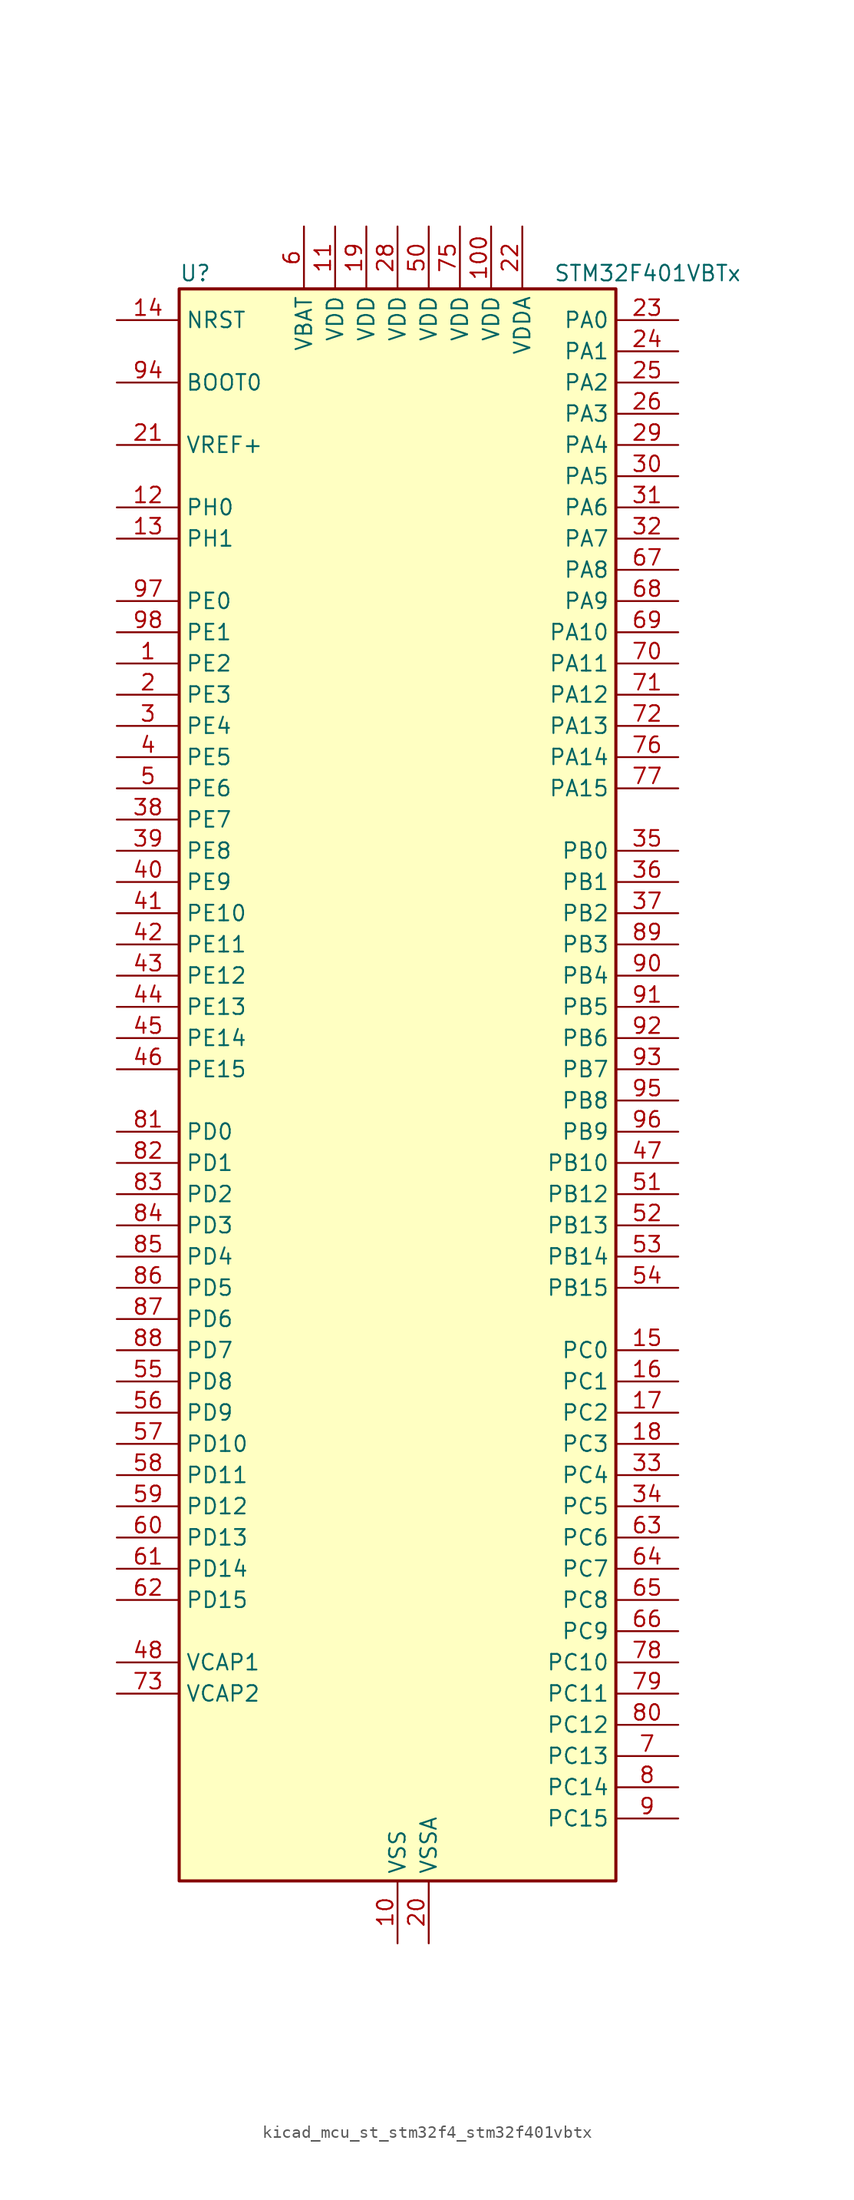
<source format=kicad_sym>
(kicad_symbol_lib
  (version 20220914)
  (generator kicad_symbol_editor)
  (symbol "kicad_mcu_st_stm32f4_stm32f401vbtx"
    (property "Reference" "U"
      (at -17.78 67.31 0)
      (effects (font (size 1.27 1.27)) (justify left)))
    (property "Value" "STM32F401VBTx"
      (at 12.7 67.31 0)
      (effects (font (size 1.27 1.27)) (justify left)))
    (property "ki_locked" ""
      (at 0 0 0)
      (effects (font (size 1.27 1.27))))
    (symbol "kicad_mcu_st_stm32f4_stm32f401vbtx_0_1"
      (rectangle (start -17.78 -63.5) (end 17.78 66.04) (stroke (width 0.254) (type default)) (fill (type background))))
    (symbol "kicad_mcu_st_stm32f4_stm32f401vbtx_1_1"
      (pin bidirectional line (at -22.86 35.56 0) (length 5.08) (name "PE2" (effects (font (size 1.27 1.27)))) (number "1" (effects (font (size 1.27 1.27)))) (alternate "SPI4_SCK" bidirectional line) (alternate "SYS_TRACECLK" bidirectional line))
      (pin power_in line (at 0 -68.58 90) (length 5.08) (name "VSS" (effects (font (size 1.27 1.27)))) (number "10" (effects (font (size 1.27 1.27)))))
      (pin power_in line (at 7.62 71.12 270) (length 5.08) (name "VDD" (effects (font (size 1.27 1.27)))) (number "100" (effects (font (size 1.27 1.27)))))
      (pin power_in line (at -5.08 71.12 270) (length 5.08) (name "VDD" (effects (font (size 1.27 1.27)))) (number "11" (effects (font (size 1.27 1.27)))))
      (pin bidirectional line (at -22.86 48.26 0) (length 5.08) (name "PH0" (effects (font (size 1.27 1.27)))) (number "12" (effects (font (size 1.27 1.27)))) (alternate "RCC_OSC_IN" bidirectional line))
      (pin bidirectional line (at -22.86 45.72 0) (length 5.08) (name "PH1" (effects (font (size 1.27 1.27)))) (number "13" (effects (font (size 1.27 1.27)))) (alternate "RCC_OSC_OUT" bidirectional line))
      (pin input line (at -22.86 63.5 0) (length 5.08) (name "NRST" (effects (font (size 1.27 1.27)))) (number "14" (effects (font (size 1.27 1.27)))))
      (pin bidirectional line (at 22.86 -20.32 180) (length 5.08) (name "PC0" (effects (font (size 1.27 1.27)))) (number "15" (effects (font (size 1.27 1.27)))) (alternate "ADC1_IN10" bidirectional line))
      (pin bidirectional line (at 22.86 -22.86 180) (length 5.08) (name "PC1" (effects (font (size 1.27 1.27)))) (number "16" (effects (font (size 1.27 1.27)))) (alternate "ADC1_IN11" bidirectional line))
      (pin bidirectional line (at 22.86 -25.4 180) (length 5.08) (name "PC2" (effects (font (size 1.27 1.27)))) (number "17" (effects (font (size 1.27 1.27)))) (alternate "ADC1_IN12" bidirectional line) (alternate "I2S2_ext_SD" bidirectional line) (alternate "SPI2_MISO" bidirectional line))
      (pin bidirectional line (at 22.86 -27.94 180) (length 5.08) (name "PC3" (effects (font (size 1.27 1.27)))) (number "18" (effects (font (size 1.27 1.27)))) (alternate "ADC1_IN13" bidirectional line) (alternate "I2S2_SD" bidirectional line) (alternate "SPI2_MOSI" bidirectional line))
      (pin power_in line (at -2.54 71.12 270) (length 5.08) (name "VDD" (effects (font (size 1.27 1.27)))) (number "19" (effects (font (size 1.27 1.27)))))
      (pin bidirectional line (at -22.86 33.02 0) (length 5.08) (name "PE3" (effects (font (size 1.27 1.27)))) (number "2" (effects (font (size 1.27 1.27)))) (alternate "SYS_TRACED0" bidirectional line))
      (pin power_in line (at 2.54 -68.58 90) (length 5.08) (name "VSSA" (effects (font (size 1.27 1.27)))) (number "20" (effects (font (size 1.27 1.27)))))
      (pin input line (at -22.86 53.34 0) (length 5.08) (name "VREF+" (effects (font (size 1.27 1.27)))) (number "21" (effects (font (size 1.27 1.27)))))
      (pin power_in line (at 10.16 71.12 270) (length 5.08) (name "VDDA" (effects (font (size 1.27 1.27)))) (number "22" (effects (font (size 1.27 1.27)))))
      (pin bidirectional line (at 22.86 63.5 180) (length 5.08) (name "PA0" (effects (font (size 1.27 1.27)))) (number "23" (effects (font (size 1.27 1.27)))) (alternate "ADC1_IN0" bidirectional line) (alternate "SYS_WKUP" bidirectional line) (alternate "TIM2_CH1" bidirectional line) (alternate "TIM2_ETR" bidirectional line) (alternate "TIM5_CH1" bidirectional line) (alternate "USART2_CTS" bidirectional line))
      (pin bidirectional line (at 22.86 60.96 180) (length 5.08) (name "PA1" (effects (font (size 1.27 1.27)))) (number "24" (effects (font (size 1.27 1.27)))) (alternate "ADC1_IN1" bidirectional line) (alternate "TIM2_CH2" bidirectional line) (alternate "TIM5_CH2" bidirectional line) (alternate "USART2_RTS" bidirectional line))
      (pin bidirectional line (at 22.86 58.42 180) (length 5.08) (name "PA2" (effects (font (size 1.27 1.27)))) (number "25" (effects (font (size 1.27 1.27)))) (alternate "ADC1_IN2" bidirectional line) (alternate "TIM2_CH3" bidirectional line) (alternate "TIM5_CH3" bidirectional line) (alternate "TIM9_CH1" bidirectional line) (alternate "USART2_TX" bidirectional line))
      (pin bidirectional line (at 22.86 55.88 180) (length 5.08) (name "PA3" (effects (font (size 1.27 1.27)))) (number "26" (effects (font (size 1.27 1.27)))) (alternate "ADC1_IN3" bidirectional line) (alternate "TIM2_CH4" bidirectional line) (alternate "TIM5_CH4" bidirectional line) (alternate "TIM9_CH2" bidirectional line) (alternate "USART2_RX" bidirectional line))
      (pin passive line (at 0 -68.58 90) (length 5.08) hide (name "VSS" (effects (font (size 1.27 1.27)))) (number "27" (effects (font (size 1.27 1.27)))))
      (pin power_in line (at 0 71.12 270) (length 5.08) (name "VDD" (effects (font (size 1.27 1.27)))) (number "28" (effects (font (size 1.27 1.27)))))
      (pin bidirectional line (at 22.86 53.34 180) (length 5.08) (name "PA4" (effects (font (size 1.27 1.27)))) (number "29" (effects (font (size 1.27 1.27)))) (alternate "ADC1_IN4" bidirectional line) (alternate "I2S3_WS" bidirectional line) (alternate "SPI1_NSS" bidirectional line) (alternate "SPI3_NSS" bidirectional line) (alternate "USART2_CK" bidirectional line))
      (pin bidirectional line (at -22.86 30.48 0) (length 5.08) (name "PE4" (effects (font (size 1.27 1.27)))) (number "3" (effects (font (size 1.27 1.27)))) (alternate "SPI4_NSS" bidirectional line) (alternate "SYS_TRACED1" bidirectional line))
      (pin bidirectional line (at 22.86 50.8 180) (length 5.08) (name "PA5" (effects (font (size 1.27 1.27)))) (number "30" (effects (font (size 1.27 1.27)))) (alternate "ADC1_IN5" bidirectional line) (alternate "SPI1_SCK" bidirectional line) (alternate "TIM2_CH1" bidirectional line) (alternate "TIM2_ETR" bidirectional line))
      (pin bidirectional line (at 22.86 48.26 180) (length 5.08) (name "PA6" (effects (font (size 1.27 1.27)))) (number "31" (effects (font (size 1.27 1.27)))) (alternate "ADC1_IN6" bidirectional line) (alternate "SPI1_MISO" bidirectional line) (alternate "TIM1_BKIN" bidirectional line) (alternate "TIM3_CH1" bidirectional line))
      (pin bidirectional line (at 22.86 45.72 180) (length 5.08) (name "PA7" (effects (font (size 1.27 1.27)))) (number "32" (effects (font (size 1.27 1.27)))) (alternate "ADC1_IN7" bidirectional line) (alternate "SPI1_MOSI" bidirectional line) (alternate "TIM1_CH1N" bidirectional line) (alternate "TIM3_CH2" bidirectional line))
      (pin bidirectional line (at 22.86 -30.48 180) (length 5.08) (name "PC4" (effects (font (size 1.27 1.27)))) (number "33" (effects (font (size 1.27 1.27)))) (alternate "ADC1_IN14" bidirectional line))
      (pin bidirectional line (at 22.86 -33.02 180) (length 5.08) (name "PC5" (effects (font (size 1.27 1.27)))) (number "34" (effects (font (size 1.27 1.27)))) (alternate "ADC1_IN15" bidirectional line))
      (pin bidirectional line (at 22.86 20.32 180) (length 5.08) (name "PB0" (effects (font (size 1.27 1.27)))) (number "35" (effects (font (size 1.27 1.27)))) (alternate "ADC1_IN8" bidirectional line) (alternate "TIM1_CH2N" bidirectional line) (alternate "TIM3_CH3" bidirectional line))
      (pin bidirectional line (at 22.86 17.78 180) (length 5.08) (name "PB1" (effects (font (size 1.27 1.27)))) (number "36" (effects (font (size 1.27 1.27)))) (alternate "ADC1_IN9" bidirectional line) (alternate "TIM1_CH3N" bidirectional line) (alternate "TIM3_CH4" bidirectional line))
      (pin bidirectional line (at 22.86 15.24 180) (length 5.08) (name "PB2" (effects (font (size 1.27 1.27)))) (number "37" (effects (font (size 1.27 1.27)))))
      (pin bidirectional line (at -22.86 22.86 0) (length 5.08) (name "PE7" (effects (font (size 1.27 1.27)))) (number "38" (effects (font (size 1.27 1.27)))) (alternate "TIM1_ETR" bidirectional line))
      (pin bidirectional line (at -22.86 20.32 0) (length 5.08) (name "PE8" (effects (font (size 1.27 1.27)))) (number "39" (effects (font (size 1.27 1.27)))) (alternate "TIM1_CH1N" bidirectional line))
      (pin bidirectional line (at -22.86 27.94 0) (length 5.08) (name "PE5" (effects (font (size 1.27 1.27)))) (number "4" (effects (font (size 1.27 1.27)))) (alternate "SPI4_MISO" bidirectional line) (alternate "SYS_TRACED2" bidirectional line) (alternate "TIM9_CH1" bidirectional line))
      (pin bidirectional line (at -22.86 17.78 0) (length 5.08) (name "PE9" (effects (font (size 1.27 1.27)))) (number "40" (effects (font (size 1.27 1.27)))) (alternate "TIM1_CH1" bidirectional line))
      (pin bidirectional line (at -22.86 15.24 0) (length 5.08) (name "PE10" (effects (font (size 1.27 1.27)))) (number "41" (effects (font (size 1.27 1.27)))) (alternate "TIM1_CH2N" bidirectional line))
      (pin bidirectional line (at -22.86 12.7 0) (length 5.08) (name "PE11" (effects (font (size 1.27 1.27)))) (number "42" (effects (font (size 1.27 1.27)))) (alternate "ADC1_EXTI11" bidirectional line) (alternate "SPI4_NSS" bidirectional line) (alternate "TIM1_CH2" bidirectional line))
      (pin bidirectional line (at -22.86 10.16 0) (length 5.08) (name "PE12" (effects (font (size 1.27 1.27)))) (number "43" (effects (font (size 1.27 1.27)))) (alternate "SPI4_SCK" bidirectional line) (alternate "TIM1_CH3N" bidirectional line))
      (pin bidirectional line (at -22.86 7.62 0) (length 5.08) (name "PE13" (effects (font (size 1.27 1.27)))) (number "44" (effects (font (size 1.27 1.27)))) (alternate "SPI4_MISO" bidirectional line) (alternate "TIM1_CH3" bidirectional line))
      (pin bidirectional line (at -22.86 5.08 0) (length 5.08) (name "PE14" (effects (font (size 1.27 1.27)))) (number "45" (effects (font (size 1.27 1.27)))) (alternate "SPI4_MOSI" bidirectional line) (alternate "TIM1_CH4" bidirectional line))
      (pin bidirectional line (at -22.86 2.54 0) (length 5.08) (name "PE15" (effects (font (size 1.27 1.27)))) (number "46" (effects (font (size 1.27 1.27)))) (alternate "ADC1_EXTI15" bidirectional line) (alternate "TIM1_BKIN" bidirectional line))
      (pin bidirectional line (at 22.86 -5.08 180) (length 5.08) (name "PB10" (effects (font (size 1.27 1.27)))) (number "47" (effects (font (size 1.27 1.27)))) (alternate "I2C2_SCL" bidirectional line) (alternate "I2S2_CK" bidirectional line) (alternate "SPI2_SCK" bidirectional line) (alternate "TIM2_CH3" bidirectional line))
      (pin power_out line (at -22.86 -45.72 0) (length 5.08) (name "VCAP1" (effects (font (size 1.27 1.27)))) (number "48" (effects (font (size 1.27 1.27)))))
      (pin passive line (at 0 -68.58 90) (length 5.08) hide (name "VSS" (effects (font (size 1.27 1.27)))) (number "49" (effects (font (size 1.27 1.27)))))
      (pin bidirectional line (at -22.86 25.4 0) (length 5.08) (name "PE6" (effects (font (size 1.27 1.27)))) (number "5" (effects (font (size 1.27 1.27)))) (alternate "SPI4_MOSI" bidirectional line) (alternate "SYS_TRACED3" bidirectional line) (alternate "TIM9_CH2" bidirectional line))
      (pin power_in line (at 2.54 71.12 270) (length 5.08) (name "VDD" (effects (font (size 1.27 1.27)))) (number "50" (effects (font (size 1.27 1.27)))))
      (pin bidirectional line (at 22.86 -7.62 180) (length 5.08) (name "PB12" (effects (font (size 1.27 1.27)))) (number "51" (effects (font (size 1.27 1.27)))) (alternate "I2C2_SMBA" bidirectional line) (alternate "I2S2_WS" bidirectional line) (alternate "SPI2_NSS" bidirectional line) (alternate "TIM1_BKIN" bidirectional line))
      (pin bidirectional line (at 22.86 -10.16 180) (length 5.08) (name "PB13" (effects (font (size 1.27 1.27)))) (number "52" (effects (font (size 1.27 1.27)))) (alternate "I2S2_CK" bidirectional line) (alternate "SPI2_SCK" bidirectional line) (alternate "TIM1_CH1N" bidirectional line))
      (pin bidirectional line (at 22.86 -12.7 180) (length 5.08) (name "PB14" (effects (font (size 1.27 1.27)))) (number "53" (effects (font (size 1.27 1.27)))) (alternate "I2S2_ext_SD" bidirectional line) (alternate "SPI2_MISO" bidirectional line) (alternate "TIM1_CH2N" bidirectional line))
      (pin bidirectional line (at 22.86 -15.24 180) (length 5.08) (name "PB15" (effects (font (size 1.27 1.27)))) (number "54" (effects (font (size 1.27 1.27)))) (alternate "ADC1_EXTI15" bidirectional line) (alternate "I2S2_SD" bidirectional line) (alternate "RTC_REFIN" bidirectional line) (alternate "SPI2_MOSI" bidirectional line) (alternate "TIM1_CH3N" bidirectional line))
      (pin bidirectional line (at -22.86 -22.86 0) (length 5.08) (name "PD8" (effects (font (size 1.27 1.27)))) (number "55" (effects (font (size 1.27 1.27)))))
      (pin bidirectional line (at -22.86 -25.4 0) (length 5.08) (name "PD9" (effects (font (size 1.27 1.27)))) (number "56" (effects (font (size 1.27 1.27)))))
      (pin bidirectional line (at -22.86 -27.94 0) (length 5.08) (name "PD10" (effects (font (size 1.27 1.27)))) (number "57" (effects (font (size 1.27 1.27)))))
      (pin bidirectional line (at -22.86 -30.48 0) (length 5.08) (name "PD11" (effects (font (size 1.27 1.27)))) (number "58" (effects (font (size 1.27 1.27)))) (alternate "ADC1_EXTI11" bidirectional line))
      (pin bidirectional line (at -22.86 -33.02 0) (length 5.08) (name "PD12" (effects (font (size 1.27 1.27)))) (number "59" (effects (font (size 1.27 1.27)))) (alternate "TIM4_CH1" bidirectional line))
      (pin power_in line (at -7.62 71.12 270) (length 5.08) (name "VBAT" (effects (font (size 1.27 1.27)))) (number "6" (effects (font (size 1.27 1.27)))))
      (pin bidirectional line (at -22.86 -35.56 0) (length 5.08) (name "PD13" (effects (font (size 1.27 1.27)))) (number "60" (effects (font (size 1.27 1.27)))) (alternate "TIM4_CH2" bidirectional line))
      (pin bidirectional line (at -22.86 -38.1 0) (length 5.08) (name "PD14" (effects (font (size 1.27 1.27)))) (number "61" (effects (font (size 1.27 1.27)))) (alternate "TIM4_CH3" bidirectional line))
      (pin bidirectional line (at -22.86 -40.64 0) (length 5.08) (name "PD15" (effects (font (size 1.27 1.27)))) (number "62" (effects (font (size 1.27 1.27)))) (alternate "ADC1_EXTI15" bidirectional line) (alternate "TIM4_CH4" bidirectional line))
      (pin bidirectional line (at 22.86 -35.56 180) (length 5.08) (name "PC6" (effects (font (size 1.27 1.27)))) (number "63" (effects (font (size 1.27 1.27)))) (alternate "I2S2_MCK" bidirectional line) (alternate "SDIO_D6" bidirectional line) (alternate "TIM3_CH1" bidirectional line) (alternate "USART6_TX" bidirectional line))
      (pin bidirectional line (at 22.86 -38.1 180) (length 5.08) (name "PC7" (effects (font (size 1.27 1.27)))) (number "64" (effects (font (size 1.27 1.27)))) (alternate "I2S3_MCK" bidirectional line) (alternate "SDIO_D7" bidirectional line) (alternate "TIM3_CH2" bidirectional line) (alternate "USART6_RX" bidirectional line))
      (pin bidirectional line (at 22.86 -40.64 180) (length 5.08) (name "PC8" (effects (font (size 1.27 1.27)))) (number "65" (effects (font (size 1.27 1.27)))) (alternate "SDIO_D0" bidirectional line) (alternate "TIM3_CH3" bidirectional line) (alternate "USART6_CK" bidirectional line))
      (pin bidirectional line (at 22.86 -43.18 180) (length 5.08) (name "PC9" (effects (font (size 1.27 1.27)))) (number "66" (effects (font (size 1.27 1.27)))) (alternate "I2C3_SDA" bidirectional line) (alternate "I2S_CKIN" bidirectional line) (alternate "RCC_MCO_2" bidirectional line) (alternate "SDIO_D1" bidirectional line) (alternate "TIM3_CH4" bidirectional line))
      (pin bidirectional line (at 22.86 43.18 180) (length 5.08) (name "PA8" (effects (font (size 1.27 1.27)))) (number "67" (effects (font (size 1.27 1.27)))) (alternate "I2C3_SCL" bidirectional line) (alternate "RCC_MCO_1" bidirectional line) (alternate "TIM1_CH1" bidirectional line) (alternate "USART1_CK" bidirectional line) (alternate "USB_OTG_FS_SOF" bidirectional line))
      (pin bidirectional line (at 22.86 40.64 180) (length 5.08) (name "PA9" (effects (font (size 1.27 1.27)))) (number "68" (effects (font (size 1.27 1.27)))) (alternate "I2C3_SMBA" bidirectional line) (alternate "TIM1_CH2" bidirectional line) (alternate "USART1_TX" bidirectional line) (alternate "USB_OTG_FS_VBUS" bidirectional line))
      (pin bidirectional line (at 22.86 38.1 180) (length 5.08) (name "PA10" (effects (font (size 1.27 1.27)))) (number "69" (effects (font (size 1.27 1.27)))) (alternate "TIM1_CH3" bidirectional line) (alternate "USART1_RX" bidirectional line) (alternate "USB_OTG_FS_ID" bidirectional line))
      (pin bidirectional line (at 22.86 -53.34 180) (length 5.08) (name "PC13" (effects (font (size 1.27 1.27)))) (number "7" (effects (font (size 1.27 1.27)))) (alternate "RTC_AF1" bidirectional line))
      (pin bidirectional line (at 22.86 35.56 180) (length 5.08) (name "PA11" (effects (font (size 1.27 1.27)))) (number "70" (effects (font (size 1.27 1.27)))) (alternate "ADC1_EXTI11" bidirectional line) (alternate "TIM1_CH4" bidirectional line) (alternate "USART1_CTS" bidirectional line) (alternate "USART6_TX" bidirectional line) (alternate "USB_OTG_FS_DM" bidirectional line))
      (pin bidirectional line (at 22.86 33.02 180) (length 5.08) (name "PA12" (effects (font (size 1.27 1.27)))) (number "71" (effects (font (size 1.27 1.27)))) (alternate "TIM1_ETR" bidirectional line) (alternate "USART1_RTS" bidirectional line) (alternate "USART6_RX" bidirectional line) (alternate "USB_OTG_FS_DP" bidirectional line))
      (pin bidirectional line (at 22.86 30.48 180) (length 5.08) (name "PA13" (effects (font (size 1.27 1.27)))) (number "72" (effects (font (size 1.27 1.27)))) (alternate "SYS_JTMS-SWDIO" bidirectional line))
      (pin power_out line (at -22.86 -48.26 0) (length 5.08) (name "VCAP2" (effects (font (size 1.27 1.27)))) (number "73" (effects (font (size 1.27 1.27)))))
      (pin passive line (at 0 -68.58 90) (length 5.08) hide (name "VSS" (effects (font (size 1.27 1.27)))) (number "74" (effects (font (size 1.27 1.27)))))
      (pin power_in line (at 5.08 71.12 270) (length 5.08) (name "VDD" (effects (font (size 1.27 1.27)))) (number "75" (effects (font (size 1.27 1.27)))))
      (pin bidirectional line (at 22.86 27.94 180) (length 5.08) (name "PA14" (effects (font (size 1.27 1.27)))) (number "76" (effects (font (size 1.27 1.27)))) (alternate "SYS_JTCK-SWCLK" bidirectional line))
      (pin bidirectional line (at 22.86 25.4 180) (length 5.08) (name "PA15" (effects (font (size 1.27 1.27)))) (number "77" (effects (font (size 1.27 1.27)))) (alternate "ADC1_EXTI15" bidirectional line) (alternate "I2S3_WS" bidirectional line) (alternate "SPI1_NSS" bidirectional line) (alternate "SPI3_NSS" bidirectional line) (alternate "SYS_JTDI" bidirectional line) (alternate "TIM2_CH1" bidirectional line) (alternate "TIM2_ETR" bidirectional line))
      (pin bidirectional line (at 22.86 -45.72 180) (length 5.08) (name "PC10" (effects (font (size 1.27 1.27)))) (number "78" (effects (font (size 1.27 1.27)))) (alternate "I2S3_CK" bidirectional line) (alternate "SDIO_D2" bidirectional line) (alternate "SPI3_SCK" bidirectional line))
      (pin bidirectional line (at 22.86 -48.26 180) (length 5.08) (name "PC11" (effects (font (size 1.27 1.27)))) (number "79" (effects (font (size 1.27 1.27)))) (alternate "ADC1_EXTI11" bidirectional line) (alternate "I2S3_ext_SD" bidirectional line) (alternate "SDIO_D3" bidirectional line) (alternate "SPI3_MISO" bidirectional line))
      (pin bidirectional line (at 22.86 -55.88 180) (length 5.08) (name "PC14" (effects (font (size 1.27 1.27)))) (number "8" (effects (font (size 1.27 1.27)))) (alternate "RCC_OSC32_IN" bidirectional line))
      (pin bidirectional line (at 22.86 -50.8 180) (length 5.08) (name "PC12" (effects (font (size 1.27 1.27)))) (number "80" (effects (font (size 1.27 1.27)))) (alternate "I2S3_SD" bidirectional line) (alternate "SDIO_CK" bidirectional line) (alternate "SPI3_MOSI" bidirectional line))
      (pin bidirectional line (at -22.86 -2.54 0) (length 5.08) (name "PD0" (effects (font (size 1.27 1.27)))) (number "81" (effects (font (size 1.27 1.27)))))
      (pin bidirectional line (at -22.86 -5.08 0) (length 5.08) (name "PD1" (effects (font (size 1.27 1.27)))) (number "82" (effects (font (size 1.27 1.27)))))
      (pin bidirectional line (at -22.86 -7.62 0) (length 5.08) (name "PD2" (effects (font (size 1.27 1.27)))) (number "83" (effects (font (size 1.27 1.27)))) (alternate "SDIO_CMD" bidirectional line) (alternate "TIM3_ETR" bidirectional line))
      (pin bidirectional line (at -22.86 -10.16 0) (length 5.08) (name "PD3" (effects (font (size 1.27 1.27)))) (number "84" (effects (font (size 1.27 1.27)))) (alternate "I2S2_CK" bidirectional line) (alternate "SPI2_SCK" bidirectional line) (alternate "USART2_CTS" bidirectional line))
      (pin bidirectional line (at -22.86 -12.7 0) (length 5.08) (name "PD4" (effects (font (size 1.27 1.27)))) (number "85" (effects (font (size 1.27 1.27)))) (alternate "USART2_RTS" bidirectional line))
      (pin bidirectional line (at -22.86 -15.24 0) (length 5.08) (name "PD5" (effects (font (size 1.27 1.27)))) (number "86" (effects (font (size 1.27 1.27)))) (alternate "USART2_TX" bidirectional line))
      (pin bidirectional line (at -22.86 -17.78 0) (length 5.08) (name "PD6" (effects (font (size 1.27 1.27)))) (number "87" (effects (font (size 1.27 1.27)))) (alternate "I2S3_SD" bidirectional line) (alternate "SPI3_MOSI" bidirectional line) (alternate "USART2_RX" bidirectional line))
      (pin bidirectional line (at -22.86 -20.32 0) (length 5.08) (name "PD7" (effects (font (size 1.27 1.27)))) (number "88" (effects (font (size 1.27 1.27)))) (alternate "USART2_CK" bidirectional line))
      (pin bidirectional line (at 22.86 12.7 180) (length 5.08) (name "PB3" (effects (font (size 1.27 1.27)))) (number "89" (effects (font (size 1.27 1.27)))) (alternate "I2C2_SDA" bidirectional line) (alternate "I2S3_CK" bidirectional line) (alternate "SPI1_SCK" bidirectional line) (alternate "SPI3_SCK" bidirectional line) (alternate "SYS_JTDO-SWO" bidirectional line) (alternate "TIM2_CH2" bidirectional line))
      (pin bidirectional line (at 22.86 -58.42 180) (length 5.08) (name "PC15" (effects (font (size 1.27 1.27)))) (number "9" (effects (font (size 1.27 1.27)))) (alternate "ADC1_EXTI15" bidirectional line) (alternate "RCC_OSC32_OUT" bidirectional line))
      (pin bidirectional line (at 22.86 10.16 180) (length 5.08) (name "PB4" (effects (font (size 1.27 1.27)))) (number "90" (effects (font (size 1.27 1.27)))) (alternate "I2C3_SDA" bidirectional line) (alternate "I2S3_ext_SD" bidirectional line) (alternate "SPI1_MISO" bidirectional line) (alternate "SPI3_MISO" bidirectional line) (alternate "SYS_JTRST" bidirectional line) (alternate "TIM3_CH1" bidirectional line))
      (pin bidirectional line (at 22.86 7.62 180) (length 5.08) (name "PB5" (effects (font (size 1.27 1.27)))) (number "91" (effects (font (size 1.27 1.27)))) (alternate "I2C1_SMBA" bidirectional line) (alternate "I2S3_SD" bidirectional line) (alternate "SPI1_MOSI" bidirectional line) (alternate "SPI3_MOSI" bidirectional line) (alternate "TIM3_CH2" bidirectional line))
      (pin bidirectional line (at 22.86 5.08 180) (length 5.08) (name "PB6" (effects (font (size 1.27 1.27)))) (number "92" (effects (font (size 1.27 1.27)))) (alternate "I2C1_SCL" bidirectional line) (alternate "TIM4_CH1" bidirectional line) (alternate "USART1_TX" bidirectional line))
      (pin bidirectional line (at 22.86 2.54 180) (length 5.08) (name "PB7" (effects (font (size 1.27 1.27)))) (number "93" (effects (font (size 1.27 1.27)))) (alternate "I2C1_SDA" bidirectional line) (alternate "TIM4_CH2" bidirectional line) (alternate "USART1_RX" bidirectional line))
      (pin input line (at -22.86 58.42 0) (length 5.08) (name "BOOT0" (effects (font (size 1.27 1.27)))) (number "94" (effects (font (size 1.27 1.27)))))
      (pin bidirectional line (at 22.86 0 180) (length 5.08) (name "PB8" (effects (font (size 1.27 1.27)))) (number "95" (effects (font (size 1.27 1.27)))) (alternate "I2C1_SCL" bidirectional line) (alternate "SDIO_D4" bidirectional line) (alternate "TIM10_CH1" bidirectional line) (alternate "TIM4_CH3" bidirectional line))
      (pin bidirectional line (at 22.86 -2.54 180) (length 5.08) (name "PB9" (effects (font (size 1.27 1.27)))) (number "96" (effects (font (size 1.27 1.27)))) (alternate "I2C1_SDA" bidirectional line) (alternate "I2S2_WS" bidirectional line) (alternate "SDIO_D5" bidirectional line) (alternate "SPI2_NSS" bidirectional line) (alternate "TIM11_CH1" bidirectional line) (alternate "TIM4_CH4" bidirectional line))
      (pin bidirectional line (at -22.86 40.64 0) (length 5.08) (name "PE0" (effects (font (size 1.27 1.27)))) (number "97" (effects (font (size 1.27 1.27)))) (alternate "TIM4_ETR" bidirectional line))
      (pin bidirectional line (at -22.86 38.1 0) (length 5.08) (name "PE1" (effects (font (size 1.27 1.27)))) (number "98" (effects (font (size 1.27 1.27)))))
      (pin passive line (at 0 -68.58 90) (length 5.08) hide (name "VSS" (effects (font (size 1.27 1.27)))) (number "99" (effects (font (size 1.27 1.27))))))))
</source>
